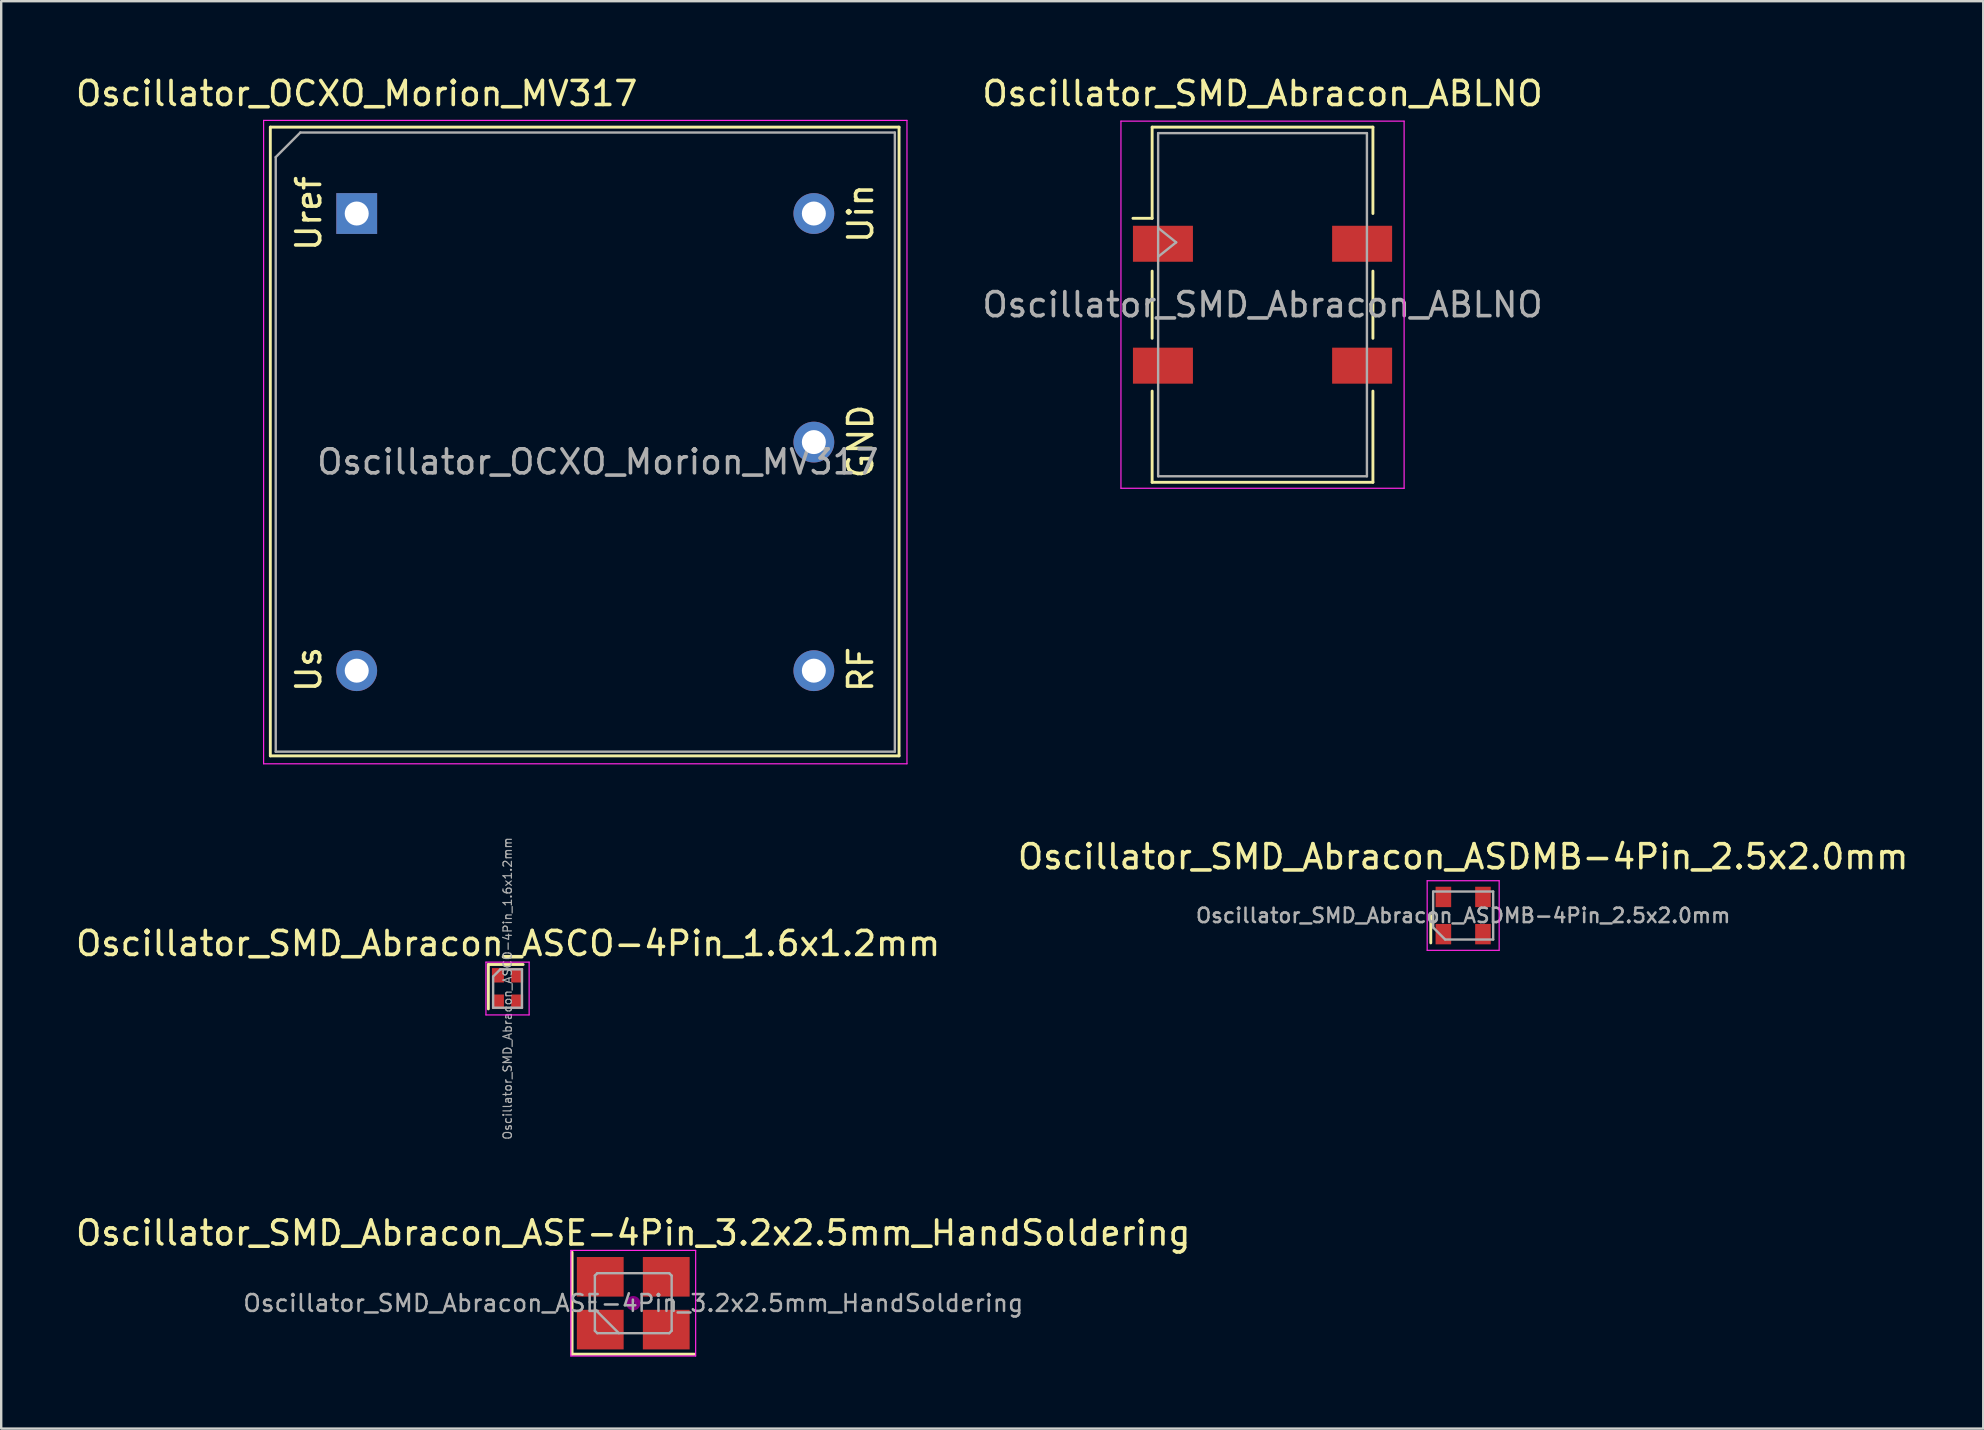
<source format=kicad_pcb>
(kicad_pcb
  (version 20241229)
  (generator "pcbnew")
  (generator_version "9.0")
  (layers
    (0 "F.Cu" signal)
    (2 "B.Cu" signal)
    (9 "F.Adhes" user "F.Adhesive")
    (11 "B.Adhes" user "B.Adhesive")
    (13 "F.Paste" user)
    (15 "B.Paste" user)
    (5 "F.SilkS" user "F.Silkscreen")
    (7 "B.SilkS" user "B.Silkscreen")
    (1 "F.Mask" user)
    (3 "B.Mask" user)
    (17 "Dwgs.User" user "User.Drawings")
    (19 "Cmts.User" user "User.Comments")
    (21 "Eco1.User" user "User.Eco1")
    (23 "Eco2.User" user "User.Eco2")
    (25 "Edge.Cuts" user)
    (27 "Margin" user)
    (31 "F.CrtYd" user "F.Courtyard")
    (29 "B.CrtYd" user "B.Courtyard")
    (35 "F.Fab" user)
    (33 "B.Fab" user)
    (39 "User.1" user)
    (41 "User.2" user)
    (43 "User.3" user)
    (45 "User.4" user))
  (footprint "Oscillator_SMD_Abracon_ASCO-4Pin_1.6x1.2mm"
    (layer "F.Cu")
    (at 18.1 38.143)
    (property "Reference" "Oscillator_SMD_Abracon_ASCO-4Pin_1.6x1.2mm" (at 0.025 -1.875 0) (layer "F.SilkS") (effects (font (size 1 1) (thickness 0.15))))
    (attr smd)
    (fp_line (start -0.8 -1) (end -0.8 0.85) (stroke (width 0.12) (type solid)) (layer "F.SilkS"))
    (fp_line (start 0.65 -1) (end -0.8 -1) (stroke (width 0.12) (type solid)) (layer "F.SilkS"))
    (fp_line (start -0.9 -1.1) (end -0.9 1.1) (stroke (width 0.05) (type solid)) (layer "F.CrtYd"))
    (fp_line (start -0.9 1.1) (end 0.9 1.1) (stroke (width 0.05) (type solid)) (layer "F.CrtYd"))
    (fp_line (start 0.9 -1.1) (end -0.9 -1.1) (stroke (width 0.05) (type solid)) (layer "F.CrtYd"))
    (fp_line (start 0.9 1.1) (end 0.9 -1.1) (stroke (width 0.05) (type solid)) (layer "F.CrtYd"))
    (fp_line (start -0.6 0.8) (end -0.6 -0.5) (stroke (width 0.1) (type solid)) (layer "F.Fab"))
    (fp_line (start -0.3 -0.8) (end -0.6 -0.5) (stroke (width 0.1) (type solid)) (layer "F.Fab"))
    (fp_line (start -0.3 -0.8) (end 0.6 -0.8) (stroke (width 0.1) (type solid)) (layer "F.Fab"))
    (fp_line (start 0.6 -0.8) (end 0.6 0.8) (stroke (width 0.1) (type solid)) (layer "F.Fab"))
    (fp_line (start 0.6 0.8) (end -0.6 0.8) (stroke (width 0.1) (type solid)) (layer "F.Fab"))
    (fp_text user "${REFERENCE}" (at 0 0 270) (layer "F.Fab") (effects (font (size 0.35 0.35) (thickness 0.05))))
    (pad "1" smd rect (at -0.4 -0.55) (size 0.5 0.6) (layers "F.Cu" "F.Mask" "F.Paste"))
    (pad "2" smd rect (at -0.4 0.55) (size 0.5 0.6) (layers "F.Cu" "F.Mask" "F.Paste"))
    (pad "3" smd rect (at 0.4 0.55) (size 0.5 0.6) (layers "F.Cu" "F.Mask" "F.Paste"))
    (pad "4" smd rect (at 0.4 -0.55) (size 0.5 0.6) (layers "F.Cu" "F.Mask" "F.Paste")))
  (footprint "Oscillator_SMD_Abracon_ASDMB-4Pin_2.5x2.0mm"
    (layer "F.Cu")
    (at 57.923 35.102)
    (property "Reference" "Oscillator_SMD_Abracon_ASDMB-4Pin_2.5x2.0mm" (at 0 -2.45 0) (layer "F.SilkS") (effects (font (size 1 1) (thickness 0.15))))
    (attr smd)
    (fp_line (start -1.35 0) (end -1.35 1.14) (stroke (width 0.12) (type solid)) (layer "F.SilkS"))
    (fp_line (start -1.5 -1.45) (end -1.5 1.45) (stroke (width 0.05) (type solid)) (layer "F.CrtYd"))
    (fp_line (start -1.5 1.45) (end 1.5 1.45) (stroke (width 0.05) (type solid)) (layer "F.CrtYd"))
    (fp_line (start 1.5 -1.45) (end -1.5 -1.45) (stroke (width 0.05) (type solid)) (layer "F.CrtYd"))
    (fp_line (start 1.5 1.45) (end 1.5 -1.45) (stroke (width 0.05) (type solid)) (layer "F.CrtYd"))
    (fp_line (start -1.25 -1) (end 1.25 -1) (stroke (width 0.1) (type solid)) (layer "F.Fab"))
    (fp_line (start -1.25 0.5) (end -1.25 -1) (stroke (width 0.1) (type solid)) (layer "F.Fab"))
    (fp_line (start -1.25 0.5) (end -0.75 1) (stroke (width 0.1) (type solid)) (layer "F.Fab"))
    (fp_line (start 1.25 -1) (end 1.25 1) (stroke (width 0.1) (type solid)) (layer "F.Fab"))
    (fp_line (start 1.25 1) (end -0.75 1) (stroke (width 0.1) (type solid)) (layer "F.Fab"))
    (fp_text user "${REFERENCE}" (at 0 0 0) (layer "F.Fab") (effects (font (size 0.6 0.6) (thickness 0.105))))
    (pad "1" smd rect (at -0.825 0.775) (size 0.65 0.85) (layers "F.Cu" "F.Mask" "F.Paste"))
    (pad "2" smd rect (at 0.825 0.775) (size 0.65 0.85) (layers "F.Cu" "F.Mask" "F.Paste"))
    (pad "3" smd rect (at 0.825 -0.775) (size 0.65 0.85) (layers "F.Cu" "F.Mask" "F.Paste"))
    (pad "4" smd rect (at -0.825 -0.775) (size 0.65 0.85) (layers "F.Cu" "F.Mask" "F.Paste")))
  (footprint "Oscillator_SMD_Abracon_ASE-4Pin_3.2x2.5mm_HandSoldering"
    (layer "F.Cu")
    (at 23.339 51.257)
    (property "Reference" "Oscillator_SMD_Abracon_ASE-4Pin_3.2x2.5mm_HandSoldering" (at 0 -2.925 0) (layer "F.SilkS") (effects (font (size 1 1) (thickness 0.15))))
    (attr smd)
    (fp_line (start -2.55 -2.125) (end -2.55 2.125) (stroke (width 0.12) (type solid)) (layer "F.SilkS"))
    (fp_line (start -2.55 2.125) (end 2.55 2.125) (stroke (width 0.12) (type solid)) (layer "F.SilkS"))
    (fp_circle (center 0 0) (end 0.058 0) (stroke (width 0.117) (type solid)) (fill no) (layer "F.Adhes"))
    (fp_circle (center 0 0) (end 0.133 0) (stroke (width 0.083) (type solid)) (fill no) (layer "F.Adhes"))
    (fp_circle (center 0 0) (end 0.208 0) (stroke (width 0.083) (type solid)) (fill no) (layer "F.Adhes"))
    (fp_circle (center 0 0) (end 0.25 0) (stroke (width 0.1) (type solid)) (fill no) (layer "F.Adhes"))
    (fp_line (start -2.6 -2.2) (end -2.6 2.2) (stroke (width 0.05) (type solid)) (layer "F.CrtYd"))
    (fp_line (start -2.6 2.2) (end 2.6 2.2) (stroke (width 0.05) (type solid)) (layer "F.CrtYd"))
    (fp_line (start 2.6 -2.2) (end -2.6 -2.2) (stroke (width 0.05) (type solid)) (layer "F.CrtYd"))
    (fp_line (start 2.6 2.2) (end 2.6 -2.2) (stroke (width 0.05) (type solid)) (layer "F.CrtYd"))
    (fp_line (start -1.6 -1.15) (end -1.5 -1.25) (stroke (width 0.1) (type solid)) (layer "F.Fab"))
    (fp_line (start -1.6 0.25) (end -0.6 1.25) (stroke (width 0.1) (type solid)) (layer "F.Fab"))
    (fp_line (start -1.6 1.15) (end -1.6 -1.15) (stroke (width 0.1) (type solid)) (layer "F.Fab"))
    (fp_line (start -1.5 -1.25) (end 1.5 -1.25) (stroke (width 0.1) (type solid)) (layer "F.Fab"))
    (fp_line (start -1.5 1.25) (end -1.6 1.15) (stroke (width 0.1) (type solid)) (layer "F.Fab"))
    (fp_line (start 1.5 -1.25) (end 1.6 -1.15) (stroke (width 0.1) (type solid)) (layer "F.Fab"))
    (fp_line (start 1.5 1.25) (end -1.5 1.25) (stroke (width 0.1) (type solid)) (layer "F.Fab"))
    (fp_line (start 1.6 -1.15) (end 1.6 1.15) (stroke (width 0.1) (type solid)) (layer "F.Fab"))
    (fp_line (start 1.6 1.15) (end 1.5 1.25) (stroke (width 0.1) (type solid)) (layer "F.Fab"))
    (fp_text user "${REFERENCE}" (at 0 0 0) (layer "F.Fab") (effects (font (size 0.7 0.7) (thickness 0.105))))
    (pad "1" smd rect (at -1.375 1.1) (size 1.95 1.65) (layers "F.Cu" "F.Mask" "F.Paste"))
    (pad "2" smd rect (at 1.375 1.1) (size 1.95 1.65) (layers "F.Cu" "F.Mask" "F.Paste"))
    (pad "3" smd rect (at 1.375 -1.1) (size 1.95 1.65) (layers "F.Cu" "F.Mask" "F.Paste"))
    (pad "4" smd rect (at -1.375 -1.1) (size 1.95 1.65) (layers "F.Cu" "F.Mask" "F.Paste")))
  (footprint "Oscillator_OCXO_Morion_MV317"
    (layer "F.Cu")
    (at 11.815 5.848)
    (property "Reference" "Oscillator_OCXO_Morion_MV317" (at 0 -5 0) (layer "F.SilkS") (effects (font (size 1 1) (thickness 0.15))))
    (attr through_hole)
    (fp_line (start -3.6 -3.6) (end -3.6 22.6) (stroke (width 0.12) (type solid)) (layer "F.SilkS"))
    (fp_line (start -3.6 22.6) (end 22.6 22.6) (stroke (width 0.12) (type solid)) (layer "F.SilkS"))
    (fp_line (start 22.6 -3.6) (end -3.6 -3.6) (stroke (width 0.12) (type solid)) (layer "F.SilkS"))
    (fp_line (start 22.6 22.6) (end 22.6 -3.6) (stroke (width 0.12) (type solid)) (layer "F.SilkS"))
    (fp_line (start -3.88 -3.88) (end -3.88 22.93) (stroke (width 0.05) (type solid)) (layer "F.CrtYd"))
    (fp_line (start -3.88 -3.88) (end 22.93 -3.88) (stroke (width 0.05) (type solid)) (layer "F.CrtYd"))
    (fp_line (start 22.93 22.93) (end -3.88 22.93) (stroke (width 0.05) (type solid)) (layer "F.CrtYd"))
    (fp_line (start 22.93 22.93) (end 22.93 -3.88) (stroke (width 0.05) (type solid)) (layer "F.CrtYd"))
    (fp_line (start -3.375 -2.35) (end -2.35 -3.375) (stroke (width 0.1) (type solid)) (layer "F.Fab"))
    (fp_line (start -3.375 22.425) (end -3.375 -2.35) (stroke (width 0.1) (type solid)) (layer "F.Fab"))
    (fp_line (start -2.35 -3.375) (end 22.425 -3.375) (stroke (width 0.1) (type solid)) (layer "F.Fab"))
    (fp_line (start 22.425 -3.375) (end 22.425 22.425) (stroke (width 0.1) (type solid)) (layer "F.Fab"))
    (fp_line (start 22.425 22.425) (end -3.375 22.425) (stroke (width 0.1) (type solid)) (layer "F.Fab"))
    (fp_text user "Uin" (at 21 0 270) (layer "F.SilkS") (effects (font (size 1 1) (thickness 0.15))))
    (fp_text user "Us" (at -2 19 270) (layer "F.SilkS") (effects (font (size 1 1) (thickness 0.15))))
    (fp_text user "Uref" (at -2 0 270) (layer "F.SilkS") (effects (font (size 1 1) (thickness 0.15))))
    (fp_text user "GND" (at 21 9.5 270) (layer "F.SilkS") (effects (font (size 1 1) (thickness 0.15))))
    (fp_text user "RF" (at 21 19 270) (layer "F.SilkS") (effects (font (size 1 1) (thickness 0.15))))
    (fp_text user "${REFERENCE}" (at 10.05 10.35 0) (layer "F.Fab") (effects (font (size 1 1) (thickness 0.15))))
    (pad "1" thru_hole rect (at 0 0 270) (size 1.7 1.7) (drill 1) (layers "*.Cu" "*.Mask"))
    (pad "2" thru_hole circle (at 0 19.05 270) (size 1.7 1.7) (drill 1) (layers "*.Cu" "*.Mask"))
    (pad "3" thru_hole circle (at 19.05 19.05 270) (size 1.7 1.7) (drill 1) (layers "*.Cu" "*.Mask"))
    (pad "4" thru_hole circle (at 19.05 9.525 270) (size 1.7 1.7) (drill 1) (layers "*.Cu" "*.Mask"))
    (pad "5" thru_hole circle (at 19.05 0 270) (size 1.7 1.7) (drill 1) (layers "*.Cu" "*.Mask")))
  (footprint "Oscillator_SMD_Abracon_ABLNO"
    (layer "F.Cu")
    (at 49.562 9.648)
    (property "Reference" "Oscillator_SMD_Abracon_ABLNO" (at 0 -8.8 0) (layer "F.SilkS") (effects (font (size 1 1) (thickness 0.15))))
    (attr smd)
    (fp_line (start -4.6 -7.4) (end 4.6 -7.4) (stroke (width 0.12) (type solid)) (layer "F.SilkS"))
    (fp_line (start -4.6 -3.6) (end -5.4 -3.6) (stroke (width 0.12) (type solid)) (layer "F.SilkS"))
    (fp_line (start -4.6 -3.6) (end -4.6 -7.4) (stroke (width 0.12) (type solid)) (layer "F.SilkS"))
    (fp_line (start -4.6 -1.4) (end -4.6 1.4) (stroke (width 0.12) (type solid)) (layer "F.SilkS"))
    (fp_line (start -4.6 7.4) (end -4.6 3.6) (stroke (width 0.12) (type solid)) (layer "F.SilkS"))
    (fp_line (start 4.6 -3.8) (end 4.6 -7.4) (stroke (width 0.12) (type solid)) (layer "F.SilkS"))
    (fp_line (start 4.6 1.4) (end 4.6 -1.4) (stroke (width 0.12) (type solid)) (layer "F.SilkS"))
    (fp_line (start 4.6 3.6) (end 4.6 7.4) (stroke (width 0.12) (type solid)) (layer "F.SilkS"))
    (fp_line (start 4.6 7.4) (end -4.6 7.4) (stroke (width 0.12) (type solid)) (layer "F.SilkS"))
    (fp_line (start -5.9 -7.65) (end 5.9 -7.65) (stroke (width 0.05) (type solid)) (layer "F.CrtYd"))
    (fp_line (start -5.9 7.65) (end -5.9 -7.65) (stroke (width 0.05) (type solid)) (layer "F.CrtYd"))
    (fp_line (start 5.9 -7.65) (end 5.9 7.65) (stroke (width 0.05) (type solid)) (layer "F.CrtYd"))
    (fp_line (start 5.9 7.65) (end -5.9 7.65) (stroke (width 0.05) (type solid)) (layer "F.CrtYd"))
    (fp_line (start -4.35 -7.15) (end 4.35 -7.15) (stroke (width 0.1) (type solid)) (layer "F.Fab"))
    (fp_line (start -4.35 -3.2) (end -3.6 -2.6) (stroke (width 0.1) (type solid)) (layer "F.Fab"))
    (fp_line (start -4.35 7.15) (end -4.35 -7.15) (stroke (width 0.1) (type solid)) (layer "F.Fab"))
    (fp_line (start -3.6 -2.6) (end -4.35 -2) (stroke (width 0.1) (type solid)) (layer "F.Fab"))
    (fp_line (start 4.35 -7.15) (end 4.35 7.15) (stroke (width 0.1) (type solid)) (layer "F.Fab"))
    (fp_line (start 4.35 7.15) (end -4.35 7.15) (stroke (width 0.1) (type solid)) (layer "F.Fab"))
    (fp_text user "${REFERENCE}" (at 0 0 0) (layer "F.Fab") (effects (font (size 1 1) (thickness 0.15))))
    (pad "1" smd rect (at -2.9 -2.54 270) (size 1.5 2.5) (drill (offset 0 1.25)) (layers "F.Cu" "F.Mask" "F.Paste"))
    (pad "2" smd rect (at -2.9 2.54 270) (size 1.5 2.5) (drill (offset 0 1.25)) (layers "F.Cu" "F.Mask" "F.Paste"))
    (pad "3" smd rect (at 2.9 2.54 270) (size 1.5 2.5) (drill (offset 0 -1.25)) (layers "F.Cu" "F.Mask" "F.Paste"))
    (pad "4" smd rect (at 2.9 -2.54 270) (size 1.5 2.5) (drill (offset 0 -1.25)) (layers "F.Cu" "F.Mask" "F.Paste")))
  (gr_rect
    (start -3 -3)
    (end 79.595 56.482)
    (stroke (width 0.1) (type default))
    (fill no)
    (layer "Edge.Cuts")))
</source>
